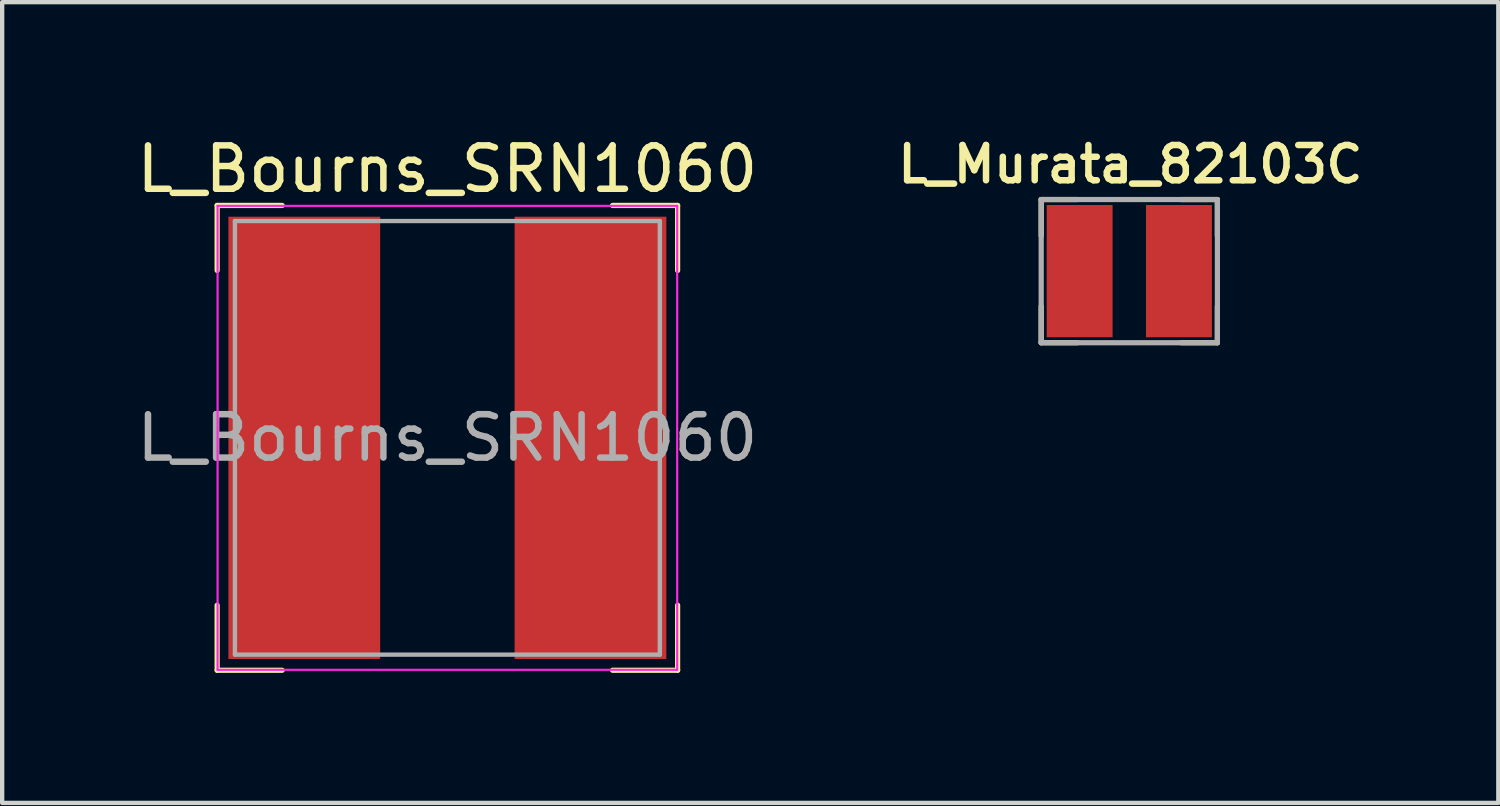
<source format=kicad_pcb>
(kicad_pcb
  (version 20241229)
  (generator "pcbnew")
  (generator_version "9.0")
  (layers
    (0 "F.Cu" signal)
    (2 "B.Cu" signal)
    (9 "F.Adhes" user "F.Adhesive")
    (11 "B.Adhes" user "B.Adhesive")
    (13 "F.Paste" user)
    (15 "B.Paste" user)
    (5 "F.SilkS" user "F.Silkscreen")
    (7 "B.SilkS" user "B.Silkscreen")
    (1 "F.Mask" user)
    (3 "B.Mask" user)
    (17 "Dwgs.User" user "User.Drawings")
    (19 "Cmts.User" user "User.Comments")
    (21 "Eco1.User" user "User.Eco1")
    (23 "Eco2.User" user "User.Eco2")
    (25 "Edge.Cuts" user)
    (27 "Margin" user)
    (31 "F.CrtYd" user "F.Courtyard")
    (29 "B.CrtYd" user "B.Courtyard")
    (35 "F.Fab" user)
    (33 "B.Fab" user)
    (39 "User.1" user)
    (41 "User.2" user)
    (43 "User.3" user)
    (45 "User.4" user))
  (footprint "L_Bourns_SRN1060"
    (layer "F.Cu")
    (at 7.268 7.048)
    (property "Reference" "L_Bourns_SRN1060" (at 0 -6.2 0) (layer "F.SilkS") (effects (font (size 1 1) (thickness 0.15))))
    (attr smd)
    (fp_line (start -5.31 -5.36) (end -5.31 -3.86) (stroke (width 0.12) (type solid)) (layer "F.SilkS"))
    (fp_line (start -5.31 -5.36) (end -3.81 -5.36) (stroke (width 0.12) (type solid)) (layer "F.SilkS"))
    (fp_line (start -5.31 5.36) (end -5.31 3.86) (stroke (width 0.12) (type solid)) (layer "F.SilkS"))
    (fp_line (start -5.31 5.36) (end -3.81 5.36) (stroke (width 0.12) (type solid)) (layer "F.SilkS"))
    (fp_line (start 5.31 -5.36) (end 3.81 -5.36) (stroke (width 0.12) (type solid)) (layer "F.SilkS"))
    (fp_line (start 5.31 -5.36) (end 5.31 -3.86) (stroke (width 0.12) (type solid)) (layer "F.SilkS"))
    (fp_line (start 5.31 5.36) (end 3.81 5.36) (stroke (width 0.12) (type solid)) (layer "F.SilkS"))
    (fp_line (start 5.31 5.36) (end 5.31 3.86) (stroke (width 0.12) (type solid)) (layer "F.SilkS"))
    (fp_line (start -5.3 -5.35) (end -5.3 5.35) (stroke (width 0.05) (type solid)) (layer "F.CrtYd"))
    (fp_line (start -5.3 -5.35) (end 5.3 -5.35) (stroke (width 0.05) (type solid)) (layer "F.CrtYd"))
    (fp_line (start -5.3 5.35) (end 5.3 5.35) (stroke (width 0.05) (type solid)) (layer "F.CrtYd"))
    (fp_line (start 5.3 -5.35) (end 5.3 5.35) (stroke (width 0.05) (type solid)) (layer "F.CrtYd"))
    (fp_line (start -4.9 -5) (end -4.9 5) (stroke (width 0.1) (type solid)) (layer "F.Fab"))
    (fp_line (start -4.9 -5) (end 4.9 -5) (stroke (width 0.1) (type solid)) (layer "F.Fab"))
    (fp_line (start -4.9 5) (end 4.9 5) (stroke (width 0.1) (type solid)) (layer "F.Fab"))
    (fp_line (start 4.9 -5) (end 4.9 5) (stroke (width 0.1) (type solid)) (layer "F.Fab"))
    (fp_text user "${REFERENCE}" (at 0 0 0) (layer "F.Fab") (effects (font (size 1 1) (thickness 0.15))))
    (pad "1" smd rect (at -3.3 0) (size 3.5 10.2) (layers "F.Cu" "F.Mask" "F.Paste"))
    (pad "2" smd rect (at 3.3 0) (size 3.5 10.2) (layers "F.Cu" "F.Mask" "F.Paste")))
  (footprint "L_Murata_82103C"
    (layer "F.Cu")
    (at 22.995 3.203)
    (property "Reference" "L_Murata_82103C" (at 0.025 -2.464 0) (layer "F.SilkS") (effects (font (size 0.813 0.813) (thickness 0.15))))
    (attr through_hole)
    (fp_line (start -2.032 -1.651) (end -1.194 -1.651) (stroke (width 0.12) (type solid)) (layer "F.SilkS"))
    (fp_line (start -2.032 -0.813) (end -2.032 -1.651) (stroke (width 0.12) (type solid)) (layer "F.SilkS"))
    (fp_line (start -2.032 1.651) (end -2.032 0.813) (stroke (width 0.12) (type solid)) (layer "F.SilkS"))
    (fp_line (start -1.194 1.651) (end -2.032 1.651) (stroke (width 0.12) (type solid)) (layer "F.SilkS"))
    (fp_line (start 1.194 -1.651) (end 2.032 -1.651) (stroke (width 0.12) (type solid)) (layer "F.SilkS"))
    (fp_line (start 2.032 -1.651) (end 2.032 -0.813) (stroke (width 0.12) (type solid)) (layer "F.SilkS"))
    (fp_line (start 2.032 0.813) (end 2.032 1.651) (stroke (width 0.12) (type solid)) (layer "F.SilkS"))
    (fp_line (start 2.032 1.651) (end 1.194 1.651) (stroke (width 0.12) (type solid)) (layer "F.SilkS"))
    (fp_line (start -2.032 -1.651) (end -2.032 1.651) (stroke (width 0.12) (type solid)) (layer "F.Fab"))
    (fp_line (start -2.032 1.651) (end 2.032 1.651) (stroke (width 0.12) (type solid)) (layer "F.Fab"))
    (fp_line (start 2.032 -1.651) (end -2.032 -1.651) (stroke (width 0.12) (type solid)) (layer "F.Fab"))
    (fp_line (start 2.032 1.651) (end 2.032 -1.651) (stroke (width 0.12) (type solid)) (layer "F.Fab"))
    (pad "1" smd rect (at -1.145 0) (size 1.52 3.05) (layers "F.Cu" "F.Mask" "F.Paste"))
    (pad "2" smd rect (at 1.145 0) (size 1.52 3.05) (layers "F.Cu" "F.Mask" "F.Paste")))
  (gr_rect
    (start -3 -3)
    (end 31.506 15.468)
    (stroke (width 0.1) (type default))
    (fill no)
    (layer "Edge.Cuts")))
</source>
